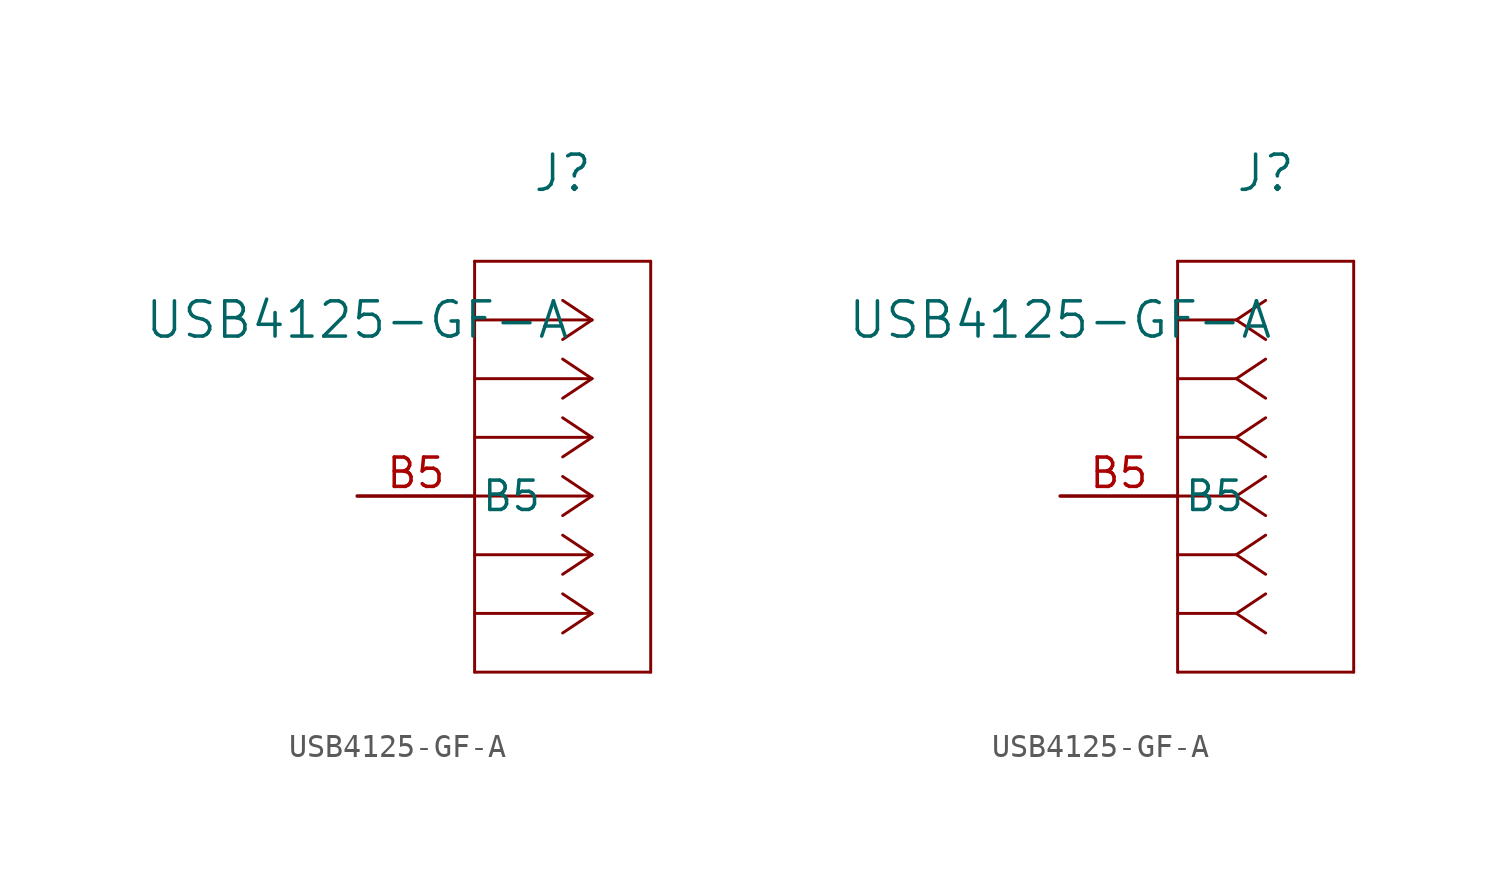
<source format=kicad_sym>
(kicad_symbol_lib
  (version 20211014)
  (generator kicad_symbol_editor)
  (symbol "USB4125-GF-A"
    (pin_names
      (offset 0.254))
    (property "Reference" "J"
      (at 8.89 6.35 0)
      (effects (font (size 1.524 1.524))))
    (property "Value" "USB4125-GF-A"
      (at 0 0 0)
      (effects (font (size 1.524 1.524))))
    (symbol "USB4125-GF-A_1_1"
      (polyline (pts (xy 10.16 0) (xy 5.08 0)) (stroke (width 0.127) (type default) (color 0 0 0 0)) (fill (type none)))
      (polyline (pts (xy 10.16 -2.54) (xy 5.08 -2.54)) (stroke (width 0.127) (type default) (color 0 0 0 0)) (fill (type none)))
      (polyline (pts (xy 10.16 -5.08) (xy 5.08 -5.08)) (stroke (width 0.127) (type default) (color 0 0 0 0)) (fill (type none)))
      (polyline (pts (xy 10.16 -7.62) (xy 5.08 -7.62)) (stroke (width 0.127) (type default) (color 0 0 0 0)) (fill (type none)))
      (polyline (pts (xy 10.16 -10.16) (xy 5.08 -10.16)) (stroke (width 0.127) (type default) (color 0 0 0 0)) (fill (type none)))
      (polyline (pts (xy 10.16 -12.7) (xy 5.08 -12.7)) (stroke (width 0.127) (type default) (color 0 0 0 0)) (fill (type none)))
      (polyline (pts (xy 10.16 0) (xy 8.89 0.847)) (stroke (width 0.127) (type default) (color 0 0 0 0)) (fill (type none)))
      (polyline (pts (xy 10.16 -2.54) (xy 8.89 -1.693)) (stroke (width 0.127) (type default) (color 0 0 0 0)) (fill (type none)))
      (polyline (pts (xy 10.16 -5.08) (xy 8.89 -4.233)) (stroke (width 0.127) (type default) (color 0 0 0 0)) (fill (type none)))
      (polyline (pts (xy 10.16 -7.62) (xy 8.89 -6.773)) (stroke (width 0.127) (type default) (color 0 0 0 0)) (fill (type none)))
      (polyline (pts (xy 10.16 -10.16) (xy 8.89 -9.313)) (stroke (width 0.127) (type default) (color 0 0 0 0)) (fill (type none)))
      (polyline (pts (xy 10.16 -12.7) (xy 8.89 -11.853)) (stroke (width 0.127) (type default) (color 0 0 0 0)) (fill (type none)))
      (polyline (pts (xy 10.16 0) (xy 8.89 -0.847)) (stroke (width 0.127) (type default) (color 0 0 0 0)) (fill (type none)))
      (polyline (pts (xy 10.16 -2.54) (xy 8.89 -3.387)) (stroke (width 0.127) (type default) (color 0 0 0 0)) (fill (type none)))
      (polyline (pts (xy 10.16 -5.08) (xy 8.89 -5.927)) (stroke (width 0.127) (type default) (color 0 0 0 0)) (fill (type none)))
      (polyline (pts (xy 10.16 -7.62) (xy 8.89 -8.467)) (stroke (width 0.127) (type default) (color 0 0 0 0)) (fill (type none)))
      (polyline (pts (xy 10.16 -10.16) (xy 8.89 -11.007)) (stroke (width 0.127) (type default) (color 0 0 0 0)) (fill (type none)))
      (polyline (pts (xy 10.16 -12.7) (xy 8.89 -13.547)) (stroke (width 0.127) (type default) (color 0 0 0 0)) (fill (type none)))
      (polyline (pts (xy 5.08 2.54) (xy 5.08 -15.24)) (stroke (width 0.127) (type default) (color 0 0 0 0)) (fill (type none)))
      (polyline (pts (xy 5.08 -15.24) (xy 12.7 -15.24)) (stroke (width 0.127) (type default) (color 0 0 0 0)) (fill (type none)))
      (polyline (pts (xy 12.7 -15.24) (xy 12.7 2.54)) (stroke (width 0.127) (type default) (color 0 0 0 0)) (fill (type none)))
      (polyline (pts (xy 12.7 2.54) (xy 5.08 2.54)) (stroke (width 0.127) (type default) (color 0 0 0 0)) (fill (type none)))
      (pin bidirectional line (at 0 -7.62 0) (length 5.08) (name "B5" (effects (font (size 1.27 1.27)))) (number "B5" (effects (font (size 1.27 1.27))))))
    (symbol "USB4125-GF-A_1_2"
      (polyline (pts (xy 7.62 0) (xy 5.08 0)) (stroke (width 0.127) (type default) (color 0 0 0 0)) (fill (type none)))
      (polyline (pts (xy 7.62 -2.54) (xy 5.08 -2.54)) (stroke (width 0.127) (type default) (color 0 0 0 0)) (fill (type none)))
      (polyline (pts (xy 7.62 -5.08) (xy 5.08 -5.08)) (stroke (width 0.127) (type default) (color 0 0 0 0)) (fill (type none)))
      (polyline (pts (xy 7.62 -7.62) (xy 5.08 -7.62)) (stroke (width 0.127) (type default) (color 0 0 0 0)) (fill (type none)))
      (polyline (pts (xy 7.62 -10.16) (xy 5.08 -10.16)) (stroke (width 0.127) (type default) (color 0 0 0 0)) (fill (type none)))
      (polyline (pts (xy 7.62 -12.7) (xy 5.08 -12.7)) (stroke (width 0.127) (type default) (color 0 0 0 0)) (fill (type none)))
      (polyline (pts (xy 7.62 0) (xy 8.89 0.847)) (stroke (width 0.127) (type default) (color 0 0 0 0)) (fill (type none)))
      (polyline (pts (xy 7.62 -2.54) (xy 8.89 -1.693)) (stroke (width 0.127) (type default) (color 0 0 0 0)) (fill (type none)))
      (polyline (pts (xy 7.62 -5.08) (xy 8.89 -4.233)) (stroke (width 0.127) (type default) (color 0 0 0 0)) (fill (type none)))
      (polyline (pts (xy 7.62 -7.62) (xy 8.89 -6.773)) (stroke (width 0.127) (type default) (color 0 0 0 0)) (fill (type none)))
      (polyline (pts (xy 7.62 -10.16) (xy 8.89 -9.313)) (stroke (width 0.127) (type default) (color 0 0 0 0)) (fill (type none)))
      (polyline (pts (xy 7.62 -12.7) (xy 8.89 -11.853)) (stroke (width 0.127) (type default) (color 0 0 0 0)) (fill (type none)))
      (polyline (pts (xy 7.62 0) (xy 8.89 -0.847)) (stroke (width 0.127) (type default) (color 0 0 0 0)) (fill (type none)))
      (polyline (pts (xy 7.62 -2.54) (xy 8.89 -3.387)) (stroke (width 0.127) (type default) (color 0 0 0 0)) (fill (type none)))
      (polyline (pts (xy 7.62 -5.08) (xy 8.89 -5.927)) (stroke (width 0.127) (type default) (color 0 0 0 0)) (fill (type none)))
      (polyline (pts (xy 7.62 -7.62) (xy 8.89 -8.467)) (stroke (width 0.127) (type default) (color 0 0 0 0)) (fill (type none)))
      (polyline (pts (xy 7.62 -10.16) (xy 8.89 -11.007)) (stroke (width 0.127) (type default) (color 0 0 0 0)) (fill (type none)))
      (polyline (pts (xy 7.62 -12.7) (xy 8.89 -13.547)) (stroke (width 0.127) (type default) (color 0 0 0 0)) (fill (type none)))
      (polyline (pts (xy 5.08 2.54) (xy 5.08 -15.24)) (stroke (width 0.127) (type default) (color 0 0 0 0)) (fill (type none)))
      (polyline (pts (xy 5.08 -15.24) (xy 12.7 -15.24)) (stroke (width 0.127) (type default) (color 0 0 0 0)) (fill (type none)))
      (polyline (pts (xy 12.7 -15.24) (xy 12.7 2.54)) (stroke (width 0.127) (type default) (color 0 0 0 0)) (fill (type none)))
      (polyline (pts (xy 12.7 2.54) (xy 5.08 2.54)) (stroke (width 0.127) (type default) (color 0 0 0 0)) (fill (type none)))
      (pin bidirectional line (at 0 -7.62 0) (length 5.08) (name "B5" (effects (font (size 1.27 1.27)))) (number "B5" (effects (font (size 1.27 1.27))))))))
</source>
